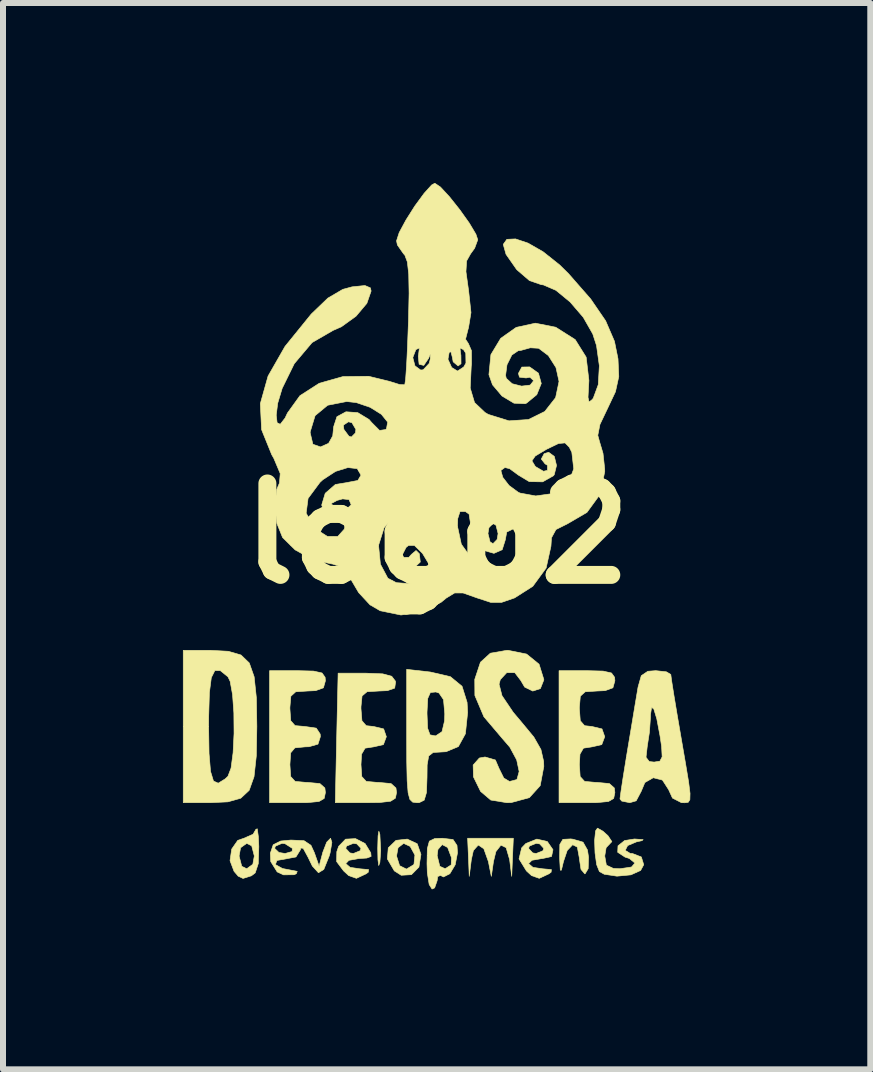
<source format=kicad_pcb>
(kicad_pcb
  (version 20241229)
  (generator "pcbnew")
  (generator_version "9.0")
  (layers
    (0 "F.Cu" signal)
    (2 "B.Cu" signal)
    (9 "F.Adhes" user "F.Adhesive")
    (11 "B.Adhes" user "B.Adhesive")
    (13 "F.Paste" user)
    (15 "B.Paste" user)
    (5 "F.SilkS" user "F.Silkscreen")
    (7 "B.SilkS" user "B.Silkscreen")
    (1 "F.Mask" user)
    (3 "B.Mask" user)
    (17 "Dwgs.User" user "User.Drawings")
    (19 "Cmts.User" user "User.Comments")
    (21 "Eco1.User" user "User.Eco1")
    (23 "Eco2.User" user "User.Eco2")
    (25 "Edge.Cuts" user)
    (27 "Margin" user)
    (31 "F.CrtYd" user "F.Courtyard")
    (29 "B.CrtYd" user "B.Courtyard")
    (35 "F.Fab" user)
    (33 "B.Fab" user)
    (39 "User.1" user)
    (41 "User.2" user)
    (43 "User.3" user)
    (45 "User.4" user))
  (footprint "logo2"
    (layer "F.Cu")
    (at 4.238 5.845)
    (property "Reference" "logo2" (at 0 0 0) (layer "F.SilkS") (effects (font (size 1.524 1.524) (thickness 0.3))))
    (attr through_hole)
    (fp_poly (pts (xy -0.955 5.016) (xy -0.941 5.29) (xy -0.955 5.482) (xy -0.974 5.535) (xy -0.987 5.439) (xy -0.991 5.249) (xy -0.985 5.04) (xy -0.972 4.962) (xy -0.955 5.016)) (stroke (width 0.01) (type solid)) (fill yes) (layer "F.SilkS"))
    (fp_poly (pts (xy 1.243 5.715) (xy 1.208 5.435) (xy 1.15 5.237) (xy 1.063 5.195) (xy 0.979 5.303) (xy 0.939 5.468) (xy 0.903 5.715) (xy 0.854 5.468) (xy 0.778 5.255) (xy 0.686 5.193) (xy 0.604 5.284) (xy 0.57 5.435) (xy 0.535 5.715) (xy 0.522 5.397) (xy 0.508 5.08) (xy 1.27 5.08) (xy 1.243 5.715)) (stroke (width 0.01) (type solid)) (fill yes) (layer "F.SilkS"))
    (fp_poly (pts (xy 2.265 5.096) (xy 2.432 5.145) (xy 2.506 5.276) (xy 2.524 5.397) (xy 2.518 5.587) (xy 2.467 5.672) (xy 2.461 5.673) (xy 2.398 5.599) (xy 2.371 5.421) (xy 2.371 5.412) (xy 2.337 5.228) (xy 2.259 5.188) (xy 2.168 5.284) (xy 2.106 5.468) (xy 2.071 5.612) (xy 2.053 5.612) (xy 2.044 5.455) (xy 2.042 5.392) (xy 2.045 5.183) (xy 2.096 5.098) (xy 2.227 5.091) (xy 2.265 5.096)) (stroke (width 0.01) (type solid)) (fill yes) (layer "F.SilkS"))
    (fp_poly (pts (xy -0.332 5.172) (xy -0.27 5.349) (xy -0.304 5.561) (xy -0.429 5.687) (xy -0.599 5.697) (xy -0.714 5.624) (xy -0.83 5.425) (xy -0.826 5.376) (xy -0.677 5.376) (xy -0.626 5.537) (xy -0.512 5.594) (xy -0.393 5.522) (xy -0.386 5.511) (xy -0.371 5.36) (xy -0.45 5.216) (xy -0.559 5.165) (xy -0.652 5.238) (xy -0.677 5.376) (xy -0.826 5.376) (xy -0.815 5.24) (xy -0.686 5.115) (xy -0.498 5.094) (xy -0.332 5.172)) (stroke (width 0.01) (type solid)) (fill yes) (layer "F.SilkS"))
    (fp_poly (pts (xy -2.981 5.052) (xy -2.973 5.219) (xy -2.982 5.503) (xy -3.033 5.657) (xy -3.097 5.706) (xy -3.236 5.75) (xy -3.317 5.712) (xy -3.386 5.631) (xy -3.453 5.454) (xy -3.442 5.376) (xy -3.302 5.376) (xy -3.258 5.547) (xy -3.175 5.588) (xy -3.073 5.514) (xy -3.048 5.376) (xy -3.092 5.206) (xy -3.175 5.165) (xy -3.277 5.238) (xy -3.302 5.376) (xy -3.442 5.376) (xy -3.425 5.26) (xy -3.324 5.115) (xy -3.222 5.08) (xy -3.069 5.013) (xy -3.022 4.932) (xy -2.999 4.922) (xy -2.981 5.052)) (stroke (width 0.01) (type solid)) (fill yes) (layer "F.SilkS"))
    (fp_poly (pts (xy 0.265 5.101) (xy 0.331 5.2) (xy 0.339 5.324) (xy 0.301 5.522) (xy 0.212 5.671) (xy 0.106 5.725) (xy 0.056 5.7) (xy 0.009 5.718) (xy 0 5.786) (xy -0.042 5.907) (xy -0.085 5.927) (xy -0.133 5.851) (xy -0.164 5.656) (xy -0.169 5.503) (xy -0.166 5.369) (xy 0 5.369) (xy 0.044 5.547) (xy 0.133 5.588) (xy 0.234 5.524) (xy 0.239 5.404) (xy 0.175 5.234) (xy 0.084 5.186) (xy 0.013 5.267) (xy 0 5.369) (xy -0.166 5.369) (xy -0.164 5.253) (xy -0.13 5.128) (xy -0.041 5.085) (xy 0.085 5.08) (xy 0.265 5.101)) (stroke (width 0.01) (type solid)) (fill yes) (layer "F.SilkS"))
    (fp_poly (pts (xy 1.836 5.134) (xy 1.931 5.271) (xy 1.907 5.384) (xy 1.753 5.419) (xy 1.742 5.419) (xy 1.58 5.447) (xy 1.524 5.503) (xy 1.597 5.565) (xy 1.757 5.589) (xy 1.905 5.602) (xy 1.9 5.646) (xy 1.863 5.673) (xy 1.702 5.748) (xy 1.574 5.703) (xy 1.488 5.624) (xy 1.365 5.424) (xy 1.407 5.249) (xy 1.524 5.249) (xy 1.593 5.324) (xy 1.651 5.334) (xy 1.764 5.288) (xy 1.778 5.249) (xy 1.709 5.174) (xy 1.651 5.165) (xy 1.538 5.21) (xy 1.524 5.249) (xy 1.407 5.249) (xy 1.41 5.239) (xy 1.478 5.168) (xy 1.662 5.094) (xy 1.836 5.134)) (stroke (width 0.01) (type solid)) (fill yes) (layer "F.SilkS"))
    (fp_poly (pts (xy -1.201 5.168) (xy -1.107 5.323) (xy -1.101 5.383) (xy -1.173 5.41) (xy -1.312 5.419) (xy -1.471 5.448) (xy -1.524 5.503) (xy -1.451 5.565) (xy -1.291 5.589) (xy -1.143 5.602) (xy -1.148 5.646) (xy -1.185 5.673) (xy -1.346 5.748) (xy -1.474 5.703) (xy -1.56 5.624) (xy -1.676 5.469) (xy -1.673 5.305) (xy -1.654 5.249) (xy -1.524 5.249) (xy -1.455 5.324) (xy -1.397 5.334) (xy -1.284 5.288) (xy -1.27 5.249) (xy -1.339 5.174) (xy -1.397 5.165) (xy -1.51 5.21) (xy -1.524 5.249) (xy -1.654 5.249) (xy -1.642 5.214) (xy -1.527 5.095) (xy -1.361 5.086) (xy -1.201 5.168)) (stroke (width 0.01) (type solid)) (fill yes) (layer "F.SilkS"))
    (fp_poly (pts (xy 2.767 2.293) (xy 2.907 2.325) (xy 2.958 2.396) (xy 2.963 2.455) (xy 2.93 2.572) (xy 2.801 2.619) (xy 2.667 2.625) (xy 2.468 2.638) (xy 2.387 2.712) (xy 2.371 2.898) (xy 2.371 2.921) (xy 2.386 3.121) (xy 2.458 3.203) (xy 2.582 3.217) (xy 2.748 3.257) (xy 2.794 3.387) (xy 2.744 3.519) (xy 2.582 3.556) (xy 2.439 3.578) (xy 2.381 3.678) (xy 2.371 3.852) (xy 2.384 4.051) (xy 2.458 4.132) (xy 2.644 4.149) (xy 2.667 4.149) (xy 2.871 4.168) (xy 2.954 4.242) (xy 2.963 4.318) (xy 2.943 4.416) (xy 2.856 4.467) (xy 2.661 4.486) (xy 2.498 4.487) (xy 2.032 4.487) (xy 2.032 2.286) (xy 2.498 2.286) (xy 2.767 2.293)) (stroke (width 0.01) (type solid)) (fill yes) (layer "F.SilkS"))
    (fp_poly (pts (xy -0.908 2.339) (xy -0.758 2.379) (xy -0.697 2.459) (xy -0.693 2.477) (xy -0.708 2.577) (xy -0.829 2.619) (xy -0.967 2.625) (xy -1.169 2.637) (xy -1.252 2.708) (xy -1.27 2.887) (xy -1.27 2.921) (xy -1.254 3.121) (xy -1.183 3.203) (xy -1.058 3.217) (xy -0.892 3.257) (xy -0.847 3.387) (xy -0.896 3.519) (xy -1.058 3.556) (xy -1.201 3.578) (xy -1.26 3.678) (xy -1.27 3.852) (xy -1.257 4.051) (xy -1.183 4.132) (xy -0.996 4.149) (xy -0.974 4.149) (xy -0.769 4.168) (xy -0.687 4.242) (xy -0.677 4.318) (xy -0.696 4.412) (xy -0.777 4.463) (xy -0.959 4.484) (xy -1.188 4.487) (xy -1.698 4.487) (xy -1.675 3.408) (xy -1.651 2.328) (xy -1.186 2.328) (xy -0.908 2.339)) (stroke (width 0.01) (type solid)) (fill yes) (layer "F.SilkS"))
    (fp_poly (pts (xy 2.765 4.963) (xy 2.848 5.038) (xy 2.913 5.136) (xy 2.885 5.165) (xy 2.817 5.237) (xy 2.794 5.376) (xy 2.821 5.528) (xy 2.938 5.583) (xy 3.048 5.588) (xy 3.241 5.559) (xy 3.297 5.493) (xy 3.204 5.417) (xy 3.132 5.394) (xy 3.01 5.314) (xy 3.015 5.206) (xy 3.125 5.118) (xy 3.29 5.092) (xy 3.434 5.103) (xy 3.415 5.12) (xy 3.323 5.14) (xy 3.176 5.202) (xy 3.135 5.282) (xy 3.218 5.332) (xy 3.255 5.334) (xy 3.404 5.392) (xy 3.444 5.521) (xy 3.392 5.617) (xy 3.23 5.69) (xy 2.998 5.712) (xy 2.786 5.68) (xy 2.705 5.635) (xy 2.659 5.52) (xy 2.632 5.325) (xy 2.625 5.116) (xy 2.641 4.957) (xy 2.673 4.911) (xy 2.765 4.963)) (stroke (width 0.01) (type solid)) (fill yes) (layer "F.SilkS"))
    (fp_poly (pts (xy -3.481 1.963) (xy -3.27 2.025) (xy -3.132 2.158) (xy -3.051 2.388) (xy -3.014 2.738) (xy -3.006 3.217) (xy -3.015 3.708) (xy -3.053 4.054) (xy -3.134 4.281) (xy -3.274 4.412) (xy -3.488 4.473) (xy -3.781 4.487) (xy -4.233 4.487) (xy -4.233 3.217) (xy -3.81 3.217) (xy -3.803 3.668) (xy -3.778 3.966) (xy -3.729 4.126) (xy -3.65 4.162) (xy -3.535 4.091) (xy -3.488 4.047) (xy -3.436 3.91) (xy -3.402 3.654) (xy -3.386 3.332) (xy -3.389 2.992) (xy -3.411 2.686) (xy -3.451 2.464) (xy -3.488 2.388) (xy -3.616 2.285) (xy -3.706 2.284) (xy -3.765 2.402) (xy -3.797 2.652) (xy -3.809 3.051) (xy -3.81 3.217) (xy -4.233 3.217) (xy -4.233 1.947) (xy -3.781 1.947) (xy -3.481 1.963)) (stroke (width 0.01) (type solid)) (fill yes) (layer "F.SilkS"))
    (fp_poly (pts (xy -2.059 2.293) (xy -1.919 2.325) (xy -1.868 2.396) (xy -1.863 2.455) (xy -1.896 2.572) (xy -2.025 2.619) (xy -2.159 2.625) (xy -2.358 2.638) (xy -2.439 2.712) (xy -2.455 2.898) (xy -2.455 2.921) (xy -2.441 3.12) (xy -2.369 3.202) (xy -2.201 3.217) (xy -2.015 3.244) (xy -1.95 3.343) (xy -1.947 3.387) (xy -1.987 3.511) (xy -2.136 3.554) (xy -2.201 3.556) (xy -2.372 3.573) (xy -2.442 3.656) (xy -2.455 3.852) (xy -2.442 4.051) (xy -2.368 4.132) (xy -2.182 4.149) (xy -2.159 4.149) (xy -1.955 4.168) (xy -1.872 4.242) (xy -1.863 4.318) (xy -1.883 4.416) (xy -1.97 4.467) (xy -2.165 4.486) (xy -2.328 4.487) (xy -2.794 4.487) (xy -2.794 2.286) (xy -2.328 2.286) (xy -2.059 2.293)) (stroke (width 0.01) (type solid)) (fill yes) (layer "F.SilkS"))
    (fp_poly (pts (xy -0.111 2.309) (xy 0.22 2.386) (xy 0.415 2.546) (xy 0.499 2.815) (xy 0.508 2.985) (xy 0.471 3.338) (xy 0.354 3.551) (xy 0.149 3.637) (xy 0.082 3.641) (xy -0.067 3.65) (xy -0.141 3.708) (xy -0.167 3.857) (xy -0.169 4.064) (xy -0.178 4.318) (xy -0.216 4.445) (xy -0.299 4.486) (xy -0.339 4.487) (xy -0.408 4.478) (xy -0.455 4.432) (xy -0.484 4.323) (xy -0.5 4.124) (xy -0.507 3.808) (xy -0.508 3.376) (xy -0.508 3.006) (xy -0.169 3.006) (xy -0.159 3.246) (xy -0.119 3.356) (xy -0.032 3.373) (xy -0.021 3.371) (xy 0.081 3.303) (xy 0.123 3.125) (xy 0.127 3.006) (xy 0.106 2.769) (xy 0.031 2.659) (xy -0.021 2.641) (xy -0.113 2.65) (xy -0.157 2.749) (xy -0.169 2.976) (xy -0.169 3.006) (xy -0.508 3.006) (xy -0.508 2.264) (xy -0.111 2.309)) (stroke (width 0.01) (type solid)) (fill yes) (layer "F.SilkS"))
    (fp_poly (pts (xy -1.755 5.15) (xy -1.785 5.325) (xy -1.8 5.376) (xy -1.89 5.6) (xy -1.979 5.655) (xy -2.081 5.543) (xy -2.152 5.397) (xy -2.233 5.248) (xy -2.275 5.243) (xy -2.279 5.271) (xy -2.354 5.392) (xy -2.498 5.419) (xy -2.671 5.45) (xy -2.697 5.518) (xy -2.58 5.584) (xy -2.477 5.604) (xy -2.333 5.632) (xy -2.348 5.671) (xy -2.384 5.688) (xy -2.562 5.69) (xy -2.667 5.641) (xy -2.774 5.469) (xy -2.781 5.329) (xy -2.754 5.249) (xy -2.709 5.249) (xy -2.638 5.317) (xy -2.535 5.334) (xy -2.418 5.301) (xy -2.413 5.249) (xy -2.536 5.171) (xy -2.587 5.165) (xy -2.697 5.212) (xy -2.709 5.249) (xy -2.754 5.249) (xy -2.733 5.188) (xy -2.609 5.126) (xy -2.438 5.11) (xy -2.22 5.12) (xy -2.104 5.197) (xy -2.047 5.321) (xy -1.968 5.546) (xy -1.906 5.313) (xy -1.841 5.145) (xy -1.777 5.08) (xy -1.755 5.15)) (stroke (width 0.01) (type solid)) (fill yes) (layer "F.SilkS"))
    (fp_poly (pts (xy 1.491 2.009) (xy 1.699 2.178) (xy 1.778 2.432) (xy 1.778 2.441) (xy 1.721 2.585) (xy 1.594 2.626) (xy 1.459 2.56) (xy 1.395 2.451) (xy 1.295 2.32) (xy 1.16 2.319) (xy 1.053 2.435) (xy 1.032 2.511) (xy 1.081 2.703) (xy 1.267 2.979) (xy 1.392 3.127) (xy 1.612 3.393) (xy 1.73 3.6) (xy 1.775 3.798) (xy 1.778 3.884) (xy 1.718 4.203) (xy 1.537 4.403) (xy 1.235 4.485) (xy 1.162 4.487) (xy 0.894 4.443) (xy 0.724 4.299) (xy 0.605 4.056) (xy 0.6 3.859) (xy 0.704 3.742) (xy 0.798 3.725) (xy 0.971 3.775) (xy 1.031 3.915) (xy 1.111 4.076) (xy 1.206 4.133) (xy 1.33 4.101) (xy 1.367 3.967) (xy 1.326 3.774) (xy 1.212 3.562) (xy 1.093 3.424) (xy 0.779 3.054) (xy 0.629 2.7) (xy 0.627 2.431) (xy 0.722 2.145) (xy 0.887 1.995) (xy 1.156 1.948) (xy 1.183 1.947) (xy 1.491 2.009)) (stroke (width 0.01) (type solid)) (fill yes) (layer "F.SilkS"))
    (fp_poly (pts (xy 3.821 2.305) (xy 3.895 2.349) (xy 3.909 2.454) (xy 3.946 2.689) (xy 4.001 3.02) (xy 4.064 3.387) (xy 4.141 3.834) (xy 4.192 4.141) (xy 4.216 4.333) (xy 4.213 4.438) (xy 4.185 4.481) (xy 4.13 4.488) (xy 4.073 4.487) (xy 3.923 4.41) (xy 3.859 4.27) (xy 3.756 4.11) (xy 3.603 4.071) (xy 3.463 4.151) (xy 3.402 4.297) (xy 3.318 4.456) (xy 3.211 4.487) (xy 3.077 4.46) (xy 3.048 4.424) (xy 3.062 4.317) (xy 3.097 4.085) (xy 3.148 3.768) (xy 3.154 3.73) (xy 3.482 3.73) (xy 3.536 3.801) (xy 3.617 3.81) (xy 3.713 3.795) (xy 3.751 3.723) (xy 3.742 3.551) (xy 3.716 3.376) (xy 3.662 3.09) (xy 3.612 2.926) (xy 3.575 2.897) (xy 3.557 3.017) (xy 3.556 3.066) (xy 3.539 3.311) (xy 3.503 3.545) (xy 3.482 3.73) (xy 3.154 3.73) (xy 3.176 3.598) (xy 3.239 3.222) (xy 3.296 2.877) (xy 3.339 2.621) (xy 3.349 2.561) (xy 3.403 2.37) (xy 3.512 2.296) (xy 3.645 2.286) (xy 3.821 2.305)) (stroke (width 0.01) (type solid)) (fill yes) (layer "F.SilkS"))
    (fp_poly (pts (xy 0.055 -5.777) (xy 0.205 -5.615) (xy 0.376 -5.4) (xy 0.535 -5.177) (xy 0.646 -4.991) (xy 0.677 -4.898) (xy 0.625 -4.757) (xy 0.557 -4.663) (xy 0.491 -4.545) (xy 0.48 -4.367) (xy 0.52 -4.079) (xy 0.522 -4.07) (xy 0.564 -3.684) (xy 0.522 -3.427) (xy 0.518 -3.417) (xy 0.473 -3.24) (xy 0.521 -3.167) (xy 0.572 -3.049) (xy 0.573 -2.826) (xy 0.568 -2.783) (xy 0.551 -2.426) (xy 0.623 -2.184) (xy 0.798 -2.018) (xy 0.853 -1.986) (xy 1.198 -1.879) (xy 1.523 -1.901) (xy 1.794 -2.035) (xy 1.975 -2.266) (xy 2.032 -2.536) (xy 1.981 -2.767) (xy 1.854 -2.967) (xy 1.692 -3.089) (xy 1.553 -3.097) (xy 1.395 -3.053) (xy 1.351 -3.048) (xy 1.245 -2.976) (xy 1.164 -2.814) (xy 1.141 -2.637) (xy 1.152 -2.588) (xy 1.25 -2.498) (xy 1.407 -2.458) (xy 1.551 -2.475) (xy 1.609 -2.549) (xy 1.547 -2.606) (xy 1.482 -2.594) (xy 1.372 -2.607) (xy 1.355 -2.67) (xy 1.412 -2.776) (xy 1.542 -2.778) (xy 1.687 -2.675) (xy 1.689 -2.672) (xy 1.736 -2.502) (xy 1.661 -2.315) (xy 1.491 -2.175) (xy 1.467 -2.165) (xy 1.281 -2.173) (xy 1.081 -2.293) (xy 0.923 -2.48) (xy 0.863 -2.649) (xy 0.896 -2.983) (xy 1.06 -3.255) (xy 1.318 -3.437) (xy 1.637 -3.507) (xy 1.976 -3.44) (xy 2.301 -3.234) (xy 2.484 -2.941) (xy 2.53 -2.552) (xy 2.527 -2.497) (xy 2.515 -2.272) (xy 2.532 -2.193) (xy 2.585 -2.234) (xy 2.603 -2.257) (xy 2.686 -2.482) (xy 2.704 -2.797) (xy 2.657 -3.134) (xy 2.594 -3.328) (xy 2.436 -3.605) (xy 2.217 -3.86) (xy 1.98 -4.055) (xy 1.769 -4.146) (xy 1.737 -4.149) (xy 1.539 -4.217) (xy 1.331 -4.396) (xy 1.32 -4.409) (xy 1.148 -4.656) (xy 1.102 -4.821) (xy 1.162 -4.905) (xy 1.306 -4.912) (xy 1.515 -4.842) (xy 1.766 -4.698) (xy 2.039 -4.481) (xy 2.188 -4.335) (xy 2.559 -3.911) (xy 2.809 -3.546) (xy 2.956 -3.205) (xy 3.015 -2.913) (xy 3.028 -2.617) (xy 2.973 -2.365) (xy 2.843 -2.09) (xy 2.714 -1.819) (xy 2.678 -1.637) (xy 2.709 -1.525) (xy 2.765 -1.337) (xy 2.793 -1.079) (xy 2.794 -1.033) (xy 2.717 -0.654) (xy 2.497 -0.352) (xy 2.173 -0.163) (xy 1.981 -0.067) (xy 1.906 0.071) (xy 1.897 0.212) (xy 1.817 0.575) (xy 1.595 0.879) (xy 1.291 1.073) (xy 1.073 1.148) (xy 0.895 1.148) (xy 0.662 1.072) (xy 0.651 1.068) (xy 0.433 0.991) (xy 0.292 0.99) (xy 0.151 1.076) (xy 0.067 1.145) (xy -0.244 1.31) (xy -0.604 1.358) (xy -0.95 1.287) (xy -1.12 1.188) (xy -1.309 0.984) (xy -1.438 0.765) (xy -1.565 0.568) (xy -1.744 0.508) (xy -1.75 0.508) (xy -2.06 0.442) (xy -2.368 0.272) (xy -2.445 0.196) (xy -0.977 0.196) (xy -0.946 0.511) (xy -0.822 0.745) (xy -0.68 0.819) (xy -0.47 0.834) (xy -0.261 0.796) (xy -0.123 0.712) (xy -0.103 0.67) (xy -0.135 0.513) (xy -0.244 0.331) (xy -0.378 0.199) (xy -0.478 0.199) (xy -0.518 0.231) (xy -0.578 0.349) (xy -0.561 0.398) (xy -0.472 0.396) (xy -0.429 0.348) (xy -0.352 0.283) (xy -0.297 0.337) (xy -0.281 0.475) (xy -0.377 0.564) (xy -0.529 0.562) (xy -0.574 0.54) (xy -0.718 0.364) (xy -0.733 0.143) (xy -0.64 -0.026) (xy -0.578 -0.12) (xy 0.339 -0.12) (xy 0.403 0.178) (xy 0.571 0.411) (xy 0.803 0.555) (xy 1.061 0.584) (xy 1.29 0.487) (xy 1.42 0.323) (xy 1.462 0.135) (xy 1.418 -0.019) (xy 1.287 -0.085) (xy 1.284 -0.085) (xy 1.16 -0.025) (xy 1.136 0.106) (xy 1.084 0.27) (xy 0.947 0.33) (xy 0.777 0.281) (xy 0.638 0.144) (xy 0.576 0) (xy 0.847 0) (xy 0.882 0.138) (xy 0.931 0.169) (xy 1 0.098) (xy 1.016 0) (xy 0.981 -0.138) (xy 0.931 -0.169) (xy 0.863 -0.098) (xy 0.847 0) (xy 0.576 0) (xy 0.556 -0.047) (xy 0.553 -0.189) (xy 0.532 -0.324) (xy 0.471 -0.367) (xy 0.381 -0.367) (xy 0.343 -0.249) (xy 0.339 -0.12) (xy -0.578 -0.12) (xy -0.532 -0.191) (xy -0.508 -0.291) (xy -0.531 -0.378) (xy -0.63 -0.348) (xy -0.675 -0.321) (xy -0.884 -0.099) (xy -0.977 0.196) (xy -2.445 0.196) (xy -2.577 0.066) (xy -2.672 -0.169) (xy -2.691 -0.34) (xy -2.184 -0.34) (xy -2.052 -0.105) (xy -2.027 -0.079) (xy -1.832 0.047) (xy -1.657 0.048) (xy -1.549 -0.072) (xy -1.54 -0.107) (xy -1.571 -0.227) (xy -1.69 -0.254) (xy -1.867 -0.315) (xy -1.925 -0.475) (xy -1.918 -0.498) (xy -1.77 -0.498) (xy -1.719 -0.453) (xy -1.651 -0.426) (xy -1.504 -0.414) (xy -1.433 -0.479) (xy -1.469 -0.566) (xy -1.576 -0.578) (xy -1.669 -0.552) (xy -1.77 -0.498) (xy -1.918 -0.498) (xy -1.866 -0.671) (xy -1.697 -0.818) (xy -1.521 -0.847) (xy -1.322 -0.885) (xy -1.27 -0.974) (xy -1.315 -1.052) (xy 1.062 -1.052) (xy 1.094 -0.937) (xy 1.199 -0.801) (xy 1.351 -0.689) (xy 1.381 -0.675) (xy 1.643 -0.627) (xy 1.921 -0.666) (xy 2.139 -0.778) (xy 2.18 -0.822) (xy 2.277 -1.078) (xy 2.245 -1.355) (xy 2.203 -1.439) (xy 2.132 -1.511) (xy 2.023 -1.501) (xy 1.824 -1.405) (xy 1.82 -1.403) (xy 1.635 -1.292) (xy 1.58 -1.212) (xy 1.632 -1.126) (xy 1.646 -1.112) (xy 1.773 -1.038) (xy 1.839 -1.054) (xy 1.839 -1.138) (xy 1.799 -1.162) (xy 1.736 -1.242) (xy 1.784 -1.332) (xy 1.859 -1.355) (xy 1.953 -1.286) (xy 1.99 -1.135) (xy 1.952 -0.981) (xy 1.938 -0.963) (xy 1.759 -0.862) (xy 1.535 -0.866) (xy 1.355 -0.974) (xy 1.209 -1.081) (xy 1.13 -1.101) (xy 1.062 -1.052) (xy -1.315 -1.052) (xy -1.332 -1.082) (xy -1.488 -1.1) (xy -1.694 -1.036) (xy -1.905 -0.898) (xy -1.954 -0.853) (xy -2.152 -0.586) (xy -2.184 -0.34) (xy -2.691 -0.34) (xy -2.706 -0.465) (xy -2.674 -0.737) (xy -2.629 -0.842) (xy -2.616 -1) (xy -2.724 -1.256) (xy -2.758 -1.315) (xy -2.906 -1.68) (xy -2.117 -1.68) (xy -2.072 -1.489) (xy -1.945 -1.444) (xy -1.81 -1.504) (xy -1.741 -1.628) (xy -1.726 -1.778) (xy -1.717 -1.807) (xy -1.564 -1.807) (xy -1.555 -1.736) (xy -1.472 -1.624) (xy -1.43 -1.609) (xy -1.363 -1.677) (xy -1.355 -1.736) (xy -1.421 -1.848) (xy -1.479 -1.863) (xy -1.564 -1.807) (xy -1.717 -1.807) (xy -1.671 -1.948) (xy -1.52 -2.03) (xy -1.324 -2.016) (xy -1.135 -1.901) (xy -1.09 -1.849) (xy -0.96 -1.719) (xy -0.858 -1.734) (xy -0.845 -1.746) (xy -0.825 -1.858) (xy -0.929 -1.987) (xy -1.116 -2.104) (xy -1.347 -2.183) (xy -1.508 -2.201) (xy -1.825 -2.139) (xy -2.035 -1.965) (xy -2.116 -1.698) (xy -2.117 -1.68) (xy -2.906 -1.68) (xy -2.927 -1.733) (xy -2.948 -2.166) (xy -2.819 -2.625) (xy -2.536 -3.12) (xy -2.099 -3.659) (xy -1.822 -3.925) (xy -1.573 -4.071) (xy -1.418 -4.113) (xy -1.204 -4.135) (xy -1.113 -4.096) (xy -1.101 -4.043) (xy -1.172 -3.838) (xy -1.353 -3.623) (xy -1.597 -3.447) (xy -1.734 -3.387) (xy -2.085 -3.184) (xy -2.382 -2.832) (xy -2.584 -2.42) (xy -2.658 -2.174) (xy -2.683 -1.974) (xy -2.668 -1.847) (xy -2.616 -1.822) (xy -2.535 -1.926) (xy -2.496 -2.009) (xy -2.288 -2.298) (xy -1.966 -2.505) (xy -1.57 -2.617) (xy -1.143 -2.622) (xy -0.798 -2.538) (xy -0.625 -2.484) (xy -0.54 -2.48) (xy -0.526 -2.571) (xy -0.51 -2.797) (xy -0.503 -2.934) (xy -0.406 -2.934) (xy -0.37 -2.796) (xy -0.275 -2.726) (xy -0.233 -2.73) (xy -0.134 -2.835) (xy -0.115 -2.906) (xy 0.18 -2.906) (xy 0.242 -2.769) (xy 0.339 -2.709) (xy 0.443 -2.777) (xy 0.48 -2.842) (xy 0.477 -3.006) (xy 0.439 -3.066) (xy 0.38 -3.094) (xy 0.395 -2.977) (xy 0.396 -2.976) (xy 0.398 -2.831) (xy 0.349 -2.794) (xy 0.267 -2.863) (xy 0.254 -2.935) (xy 0.23 -3.029) (xy 0.201 -3.023) (xy 0.18 -2.906) (xy -0.115 -2.906) (xy -0.114 -2.909) (xy -0.114 -2.993) (xy -0.142 -2.923) (xy -0.223 -2.803) (xy -0.301 -2.822) (xy -0.315 -2.958) (xy -0.311 -2.976) (xy -0.296 -3.094) (xy -0.354 -3.067) (xy -0.355 -3.066) (xy -0.406 -2.934) (xy -0.503 -2.934) (xy -0.494 -3.126) (xy -0.479 -3.522) (xy -0.478 -3.54) (xy -0.468 -4.004) (xy -0.474 -4.325) (xy -0.497 -4.529) (xy -0.539 -4.641) (xy -0.562 -4.666) (xy -0.663 -4.811) (xy -0.677 -4.88) (xy -0.633 -5.017) (xy -0.52 -5.227) (xy -0.372 -5.461) (xy -0.218 -5.671) (xy -0.092 -5.811) (xy -0.039 -5.84) (xy 0.055 -5.777)) (stroke (width 0.01) (type solid)) (fill yes) (layer "F.SilkS")))
  (gr_rect
    (start -3 -3)
    (end 11.459 14.777)
    (stroke (width 0.1) (type default))
    (fill no)
    (layer "Edge.Cuts")))
</source>
